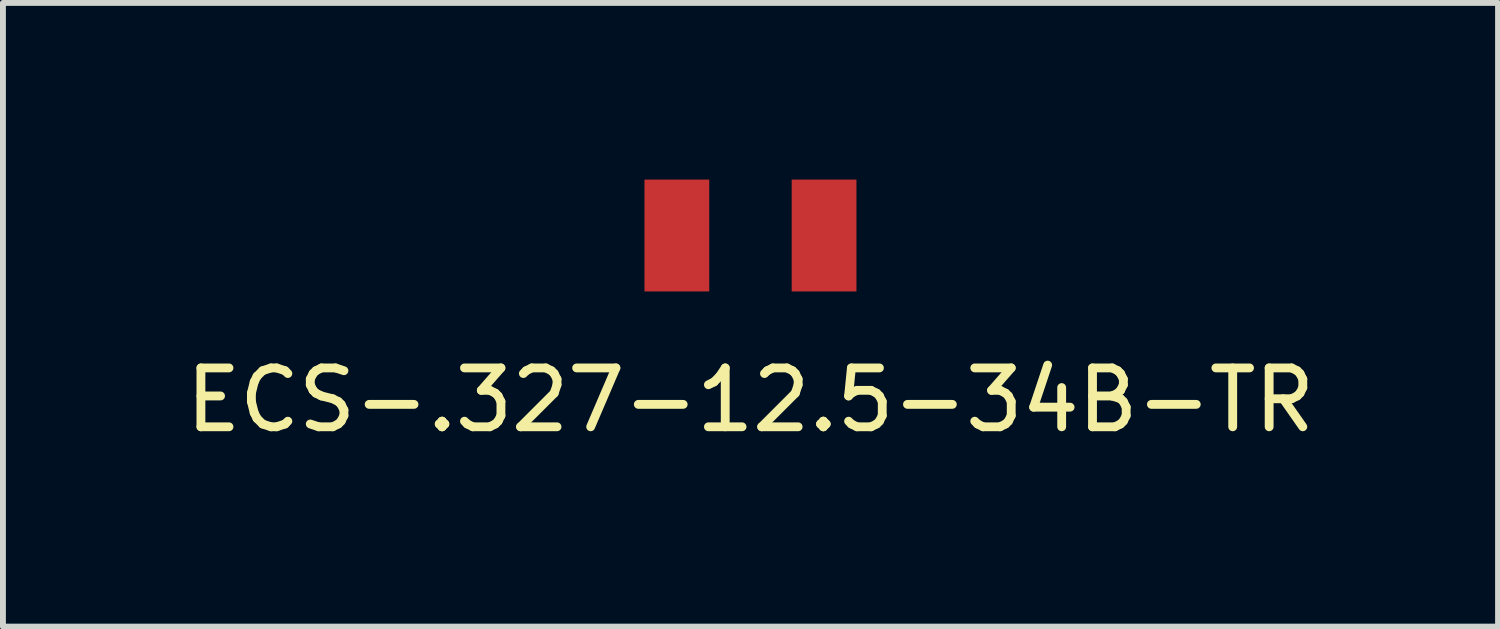
<source format=kicad_pcb>
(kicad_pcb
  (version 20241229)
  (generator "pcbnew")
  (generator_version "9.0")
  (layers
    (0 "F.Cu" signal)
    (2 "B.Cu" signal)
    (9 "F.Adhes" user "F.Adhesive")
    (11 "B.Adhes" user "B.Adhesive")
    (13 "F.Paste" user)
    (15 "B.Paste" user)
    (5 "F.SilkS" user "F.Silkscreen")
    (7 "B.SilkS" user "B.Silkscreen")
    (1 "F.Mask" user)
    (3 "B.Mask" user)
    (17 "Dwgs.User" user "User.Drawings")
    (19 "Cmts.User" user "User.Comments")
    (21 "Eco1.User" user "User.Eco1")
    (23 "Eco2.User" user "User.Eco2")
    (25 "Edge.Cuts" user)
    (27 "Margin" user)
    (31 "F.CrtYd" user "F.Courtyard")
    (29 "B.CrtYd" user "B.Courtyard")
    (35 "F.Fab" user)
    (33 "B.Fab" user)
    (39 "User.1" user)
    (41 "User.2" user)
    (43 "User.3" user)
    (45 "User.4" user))
  (footprint "ECS-.327-12.5-34B-TR"
    (layer "F.Cu")
    (at 9.696 0.95)
    (property "Reference" "ECS-.327-12.5-34B-TR" (at 0 2.794 0) (layer "F.SilkS") (effects (font (size 1 1) (thickness 0.15))))
    (attr through_hole)
    (pad "1" smd rect (at 1.25 0) (size 1.1 1.9) (layers "F.Cu" "F.Mask" "F.Paste"))
    (pad "2" smd rect (at -1.25 0) (size 1.1 1.9) (layers "F.Cu" "F.Mask" "F.Paste")))
  (gr_rect
    (start -3 -3)
    (end 22.393 7.592)
    (stroke (width 0.1) (type default))
    (fill no)
    (layer "Edge.Cuts")))
</source>
